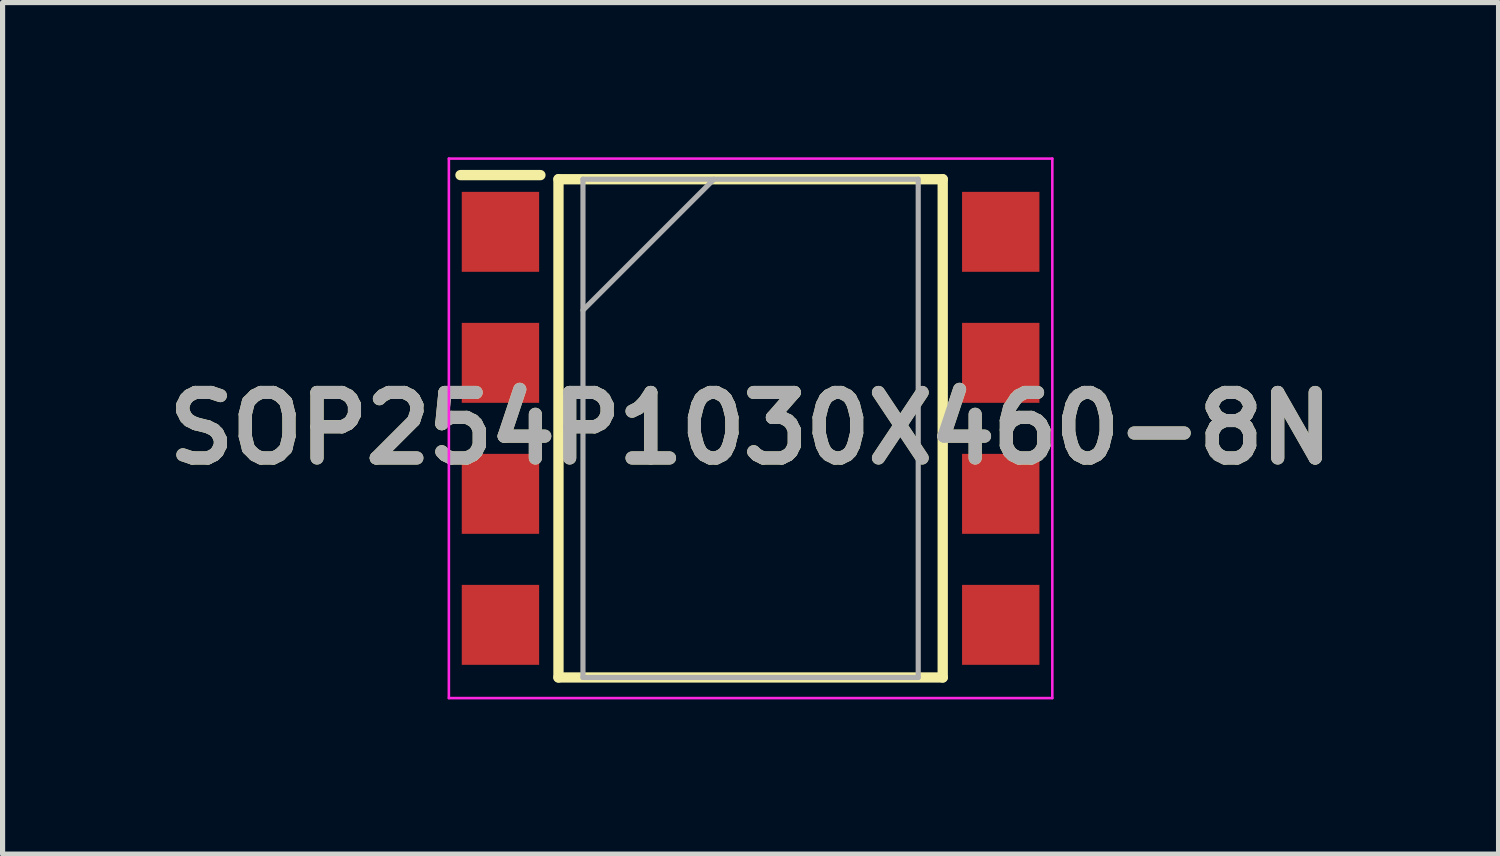
<source format=kicad_pcb>
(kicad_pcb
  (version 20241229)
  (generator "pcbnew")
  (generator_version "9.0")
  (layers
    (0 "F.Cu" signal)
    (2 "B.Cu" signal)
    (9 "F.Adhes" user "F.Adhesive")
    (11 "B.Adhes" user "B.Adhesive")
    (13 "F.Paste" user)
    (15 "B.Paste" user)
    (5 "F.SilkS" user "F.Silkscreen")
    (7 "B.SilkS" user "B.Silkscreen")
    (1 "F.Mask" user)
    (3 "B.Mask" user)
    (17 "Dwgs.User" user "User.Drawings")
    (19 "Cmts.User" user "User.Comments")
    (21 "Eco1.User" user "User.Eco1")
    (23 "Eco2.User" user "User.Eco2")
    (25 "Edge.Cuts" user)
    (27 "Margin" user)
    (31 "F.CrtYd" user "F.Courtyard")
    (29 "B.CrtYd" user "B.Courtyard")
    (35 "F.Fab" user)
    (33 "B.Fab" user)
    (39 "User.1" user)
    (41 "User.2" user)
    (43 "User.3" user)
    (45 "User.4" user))
  (footprint "SOP254P1030X460-8N"
    (layer "F.Cu")
    (at 11.503 5.255)
    (property "Reference" "SOP254P1030X460-8N" (at 0 0 0) (layer "F.SilkS") (effects (font (size 1.27 1.27) (thickness 0.254))))
    (attr smd)
    (fp_line (start -5.625 -4.91) (end -4.075 -4.91) (stroke (width 0.2) (type solid)) (layer "F.SilkS"))
    (fp_line (start -3.725 -4.83) (end 3.725 -4.83) (stroke (width 0.2) (type solid)) (layer "F.SilkS"))
    (fp_line (start -3.725 4.83) (end -3.725 -4.83) (stroke (width 0.2) (type solid)) (layer "F.SilkS"))
    (fp_line (start 3.725 -4.83) (end 3.725 4.83) (stroke (width 0.2) (type solid)) (layer "F.SilkS"))
    (fp_line (start 3.725 4.83) (end -3.725 4.83) (stroke (width 0.2) (type solid)) (layer "F.SilkS"))
    (fp_line (start -5.85 -5.23) (end 5.85 -5.23) (stroke (width 0.05) (type solid)) (layer "F.CrtYd"))
    (fp_line (start -5.85 5.23) (end -5.85 -5.23) (stroke (width 0.05) (type solid)) (layer "F.CrtYd"))
    (fp_line (start 5.85 -5.23) (end 5.85 5.23) (stroke (width 0.05) (type solid)) (layer "F.CrtYd"))
    (fp_line (start 5.85 5.23) (end -5.85 5.23) (stroke (width 0.05) (type solid)) (layer "F.CrtYd"))
    (fp_line (start -3.25 -4.83) (end 3.25 -4.83) (stroke (width 0.1) (type solid)) (layer "F.Fab"))
    (fp_line (start -3.25 -2.29) (end -0.71 -4.83) (stroke (width 0.1) (type solid)) (layer "F.Fab"))
    (fp_line (start -3.25 4.83) (end -3.25 -4.83) (stroke (width 0.1) (type solid)) (layer "F.Fab"))
    (fp_line (start 3.25 -4.83) (end 3.25 4.83) (stroke (width 0.1) (type solid)) (layer "F.Fab"))
    (fp_line (start 3.25 4.83) (end -3.25 4.83) (stroke (width 0.1) (type solid)) (layer "F.Fab"))
    (fp_text user "${REFERENCE}" (at 0 0 0) (layer "F.Fab") (effects (font (size 1.27 1.27) (thickness 0.254))))
    (pad "1" smd rect (at -4.85 -3.81) (size 1.5 1.55) (layers "F.Cu" "F.Mask" "F.Paste"))
    (pad "2" smd rect (at -4.85 -1.27) (size 1.5 1.55) (layers "F.Cu" "F.Mask" "F.Paste"))
    (pad "3" smd rect (at -4.85 1.27) (size 1.5 1.55) (layers "F.Cu" "F.Mask" "F.Paste"))
    (pad "4" smd rect (at -4.85 3.81) (size 1.5 1.55) (layers "F.Cu" "F.Mask" "F.Paste"))
    (pad "5" smd rect (at 4.85 3.81) (size 1.5 1.55) (layers "F.Cu" "F.Mask" "F.Paste"))
    (pad "6" smd rect (at 4.85 1.27) (size 1.5 1.55) (layers "F.Cu" "F.Mask" "F.Paste"))
    (pad "7" smd rect (at 4.85 -1.27) (size 1.5 1.55) (layers "F.Cu" "F.Mask" "F.Paste"))
    (pad "8" smd rect (at 4.85 -3.81) (size 1.5 1.55) (layers "F.Cu" "F.Mask" "F.Paste")))
  (gr_rect
    (start -3 -3)
    (end 26.005 13.51)
    (stroke (width 0.1) (type default))
    (fill no)
    (layer "Edge.Cuts")))
</source>
